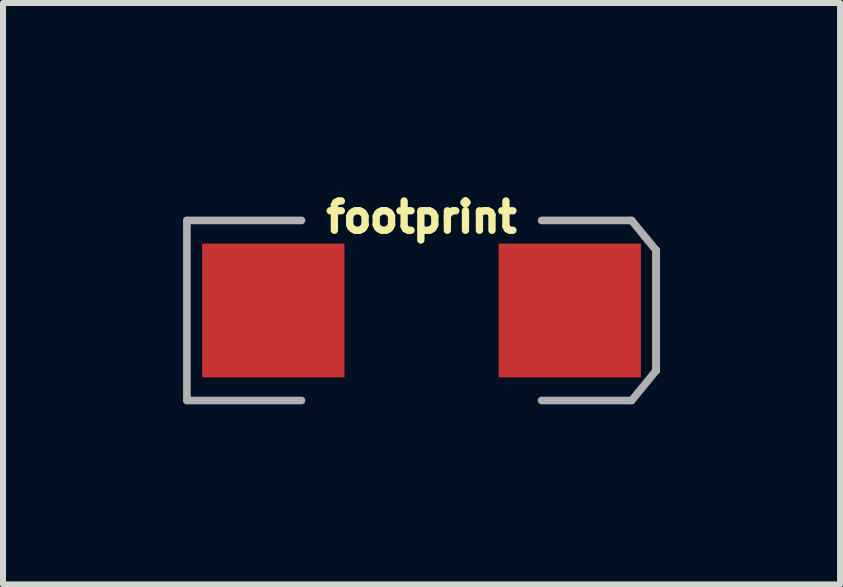
<source format=kicad_pcb>
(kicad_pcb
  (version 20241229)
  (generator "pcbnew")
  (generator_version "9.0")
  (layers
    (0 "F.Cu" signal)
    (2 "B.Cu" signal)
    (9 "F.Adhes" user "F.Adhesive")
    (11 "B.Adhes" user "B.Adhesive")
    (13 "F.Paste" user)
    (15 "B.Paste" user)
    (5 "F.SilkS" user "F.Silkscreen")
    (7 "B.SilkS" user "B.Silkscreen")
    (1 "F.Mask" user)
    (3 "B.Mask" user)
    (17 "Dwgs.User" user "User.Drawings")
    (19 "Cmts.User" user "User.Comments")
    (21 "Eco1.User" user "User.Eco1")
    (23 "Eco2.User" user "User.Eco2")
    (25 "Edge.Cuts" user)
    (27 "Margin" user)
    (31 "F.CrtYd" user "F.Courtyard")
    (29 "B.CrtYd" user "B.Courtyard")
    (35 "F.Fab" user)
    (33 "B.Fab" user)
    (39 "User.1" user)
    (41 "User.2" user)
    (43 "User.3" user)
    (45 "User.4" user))
  (footprint "footprint"
    (layer "F.Cu")
    (at 3.974 2.123)
    (property "Reference" "footprint" (at 0 -1.27 0) (layer "F.SilkS") (effects (font (size 0.488 0.488) (thickness 0.122)) (justify bottom)))
    (fp_line (start 3.91 -1) (end 3.91 1) (stroke (width 0.127) (type solid)) (layer "F.SilkS"))
    (fp_line (start -3.91 -1.5) (end -3.91 1.5) (stroke (width 0.127) (type solid)) (layer "F.Fab"))
    (fp_line (start -3.91 -1.5) (end -2 -1.5) (stroke (width 0.127) (type solid)) (layer "F.Fab"))
    (fp_line (start -3.91 1.5) (end -2 1.5) (stroke (width 0.127) (type solid)) (layer "F.Fab"))
    (fp_line (start 2 -1.5) (end 3.5 -1.5) (stroke (width 0.127) (type solid)) (layer "F.Fab"))
    (fp_line (start 3.5 -1.5) (end 3.91 -1) (stroke (width 0.127) (type solid)) (layer "F.Fab"))
    (fp_line (start 3.5 1.5) (end 2 1.5) (stroke (width 0.127) (type solid)) (layer "F.Fab"))
    (fp_line (start 3.91 -1) (end 3.91 1) (stroke (width 0.127) (type solid)) (layer "F.Fab"))
    (fp_line (start 3.91 1) (end 3.5 1.5) (stroke (width 0.127) (type solid)) (layer "F.Fab"))
    (pad "A" smd rect (at 2.47 0 180) (size 2.37 2.23) (layers "F.Cu" "F.Mask" "F.Paste"))
    (pad "C" smd rect (at -2.47 0 180) (size 2.37 2.23) (layers "F.Cu" "F.Mask" "F.Paste")))
  (gr_rect
    (start -3 -3)
    (end 10.947 6.687)
    (stroke (width 0.1) (type default))
    (fill no)
    (layer "Edge.Cuts")))
</source>
